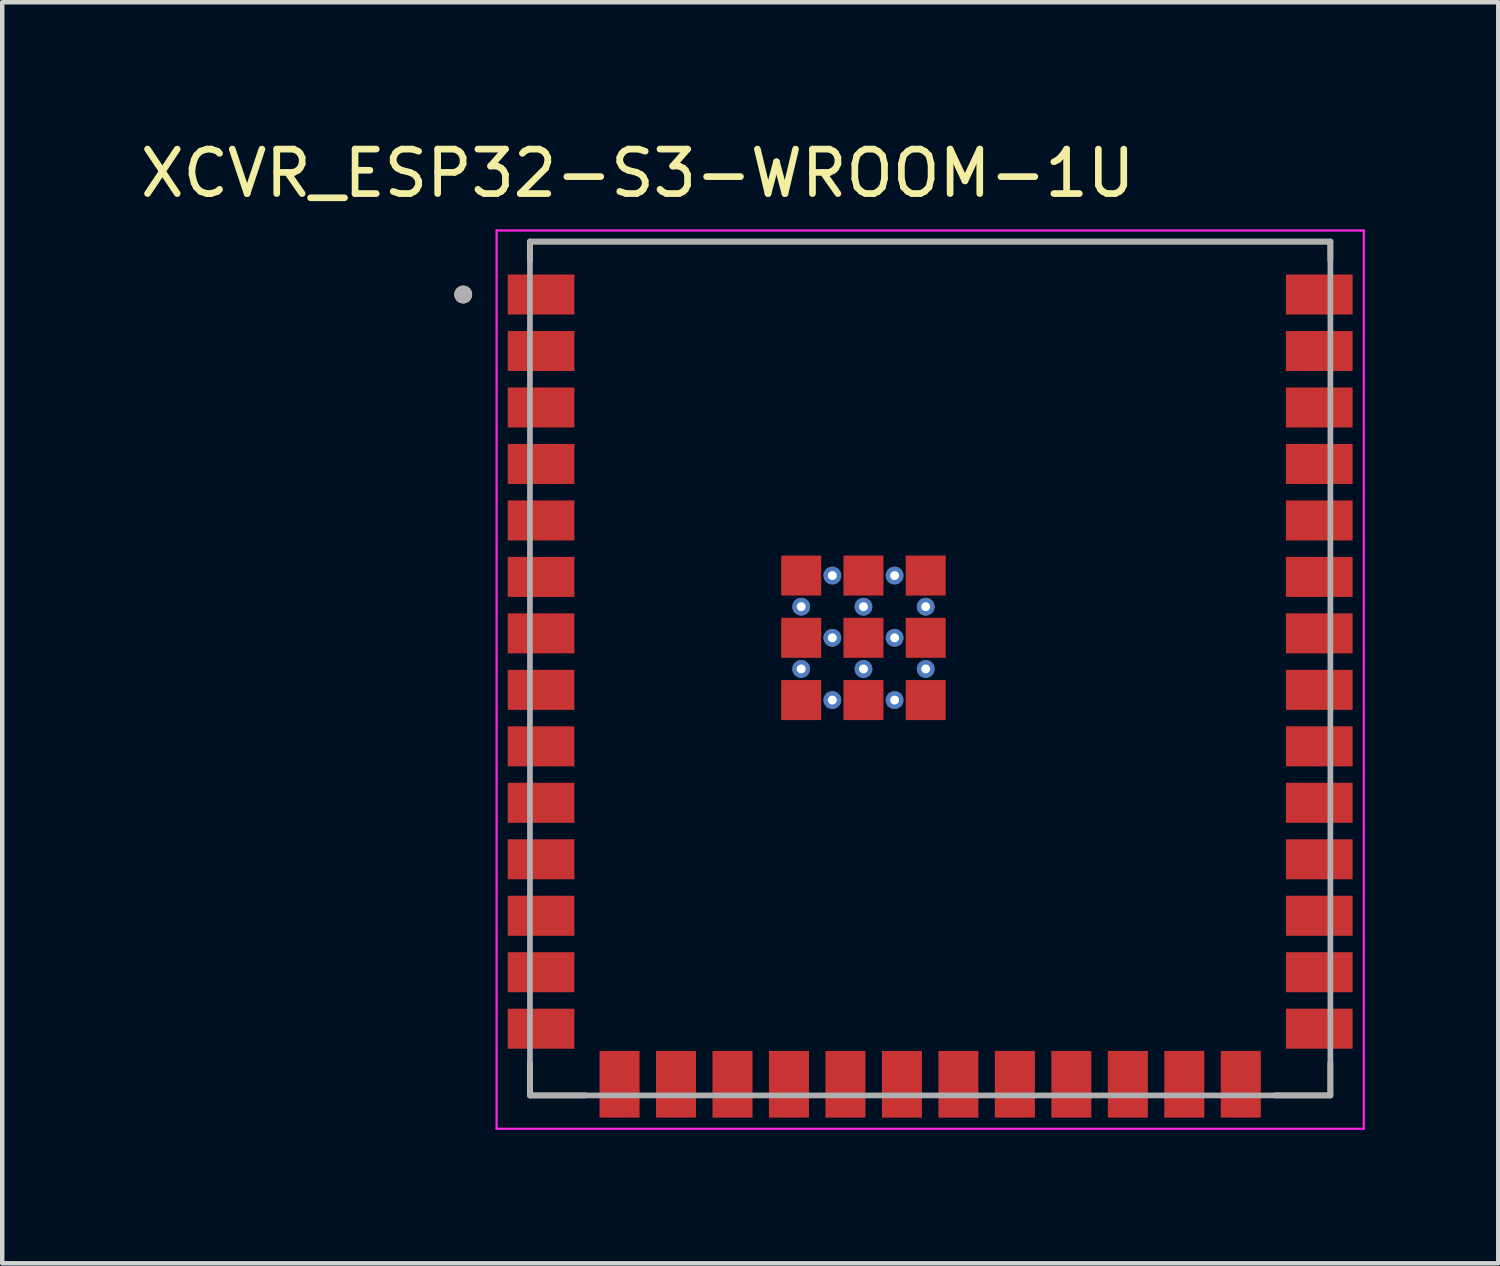
<source format=kicad_pcb>
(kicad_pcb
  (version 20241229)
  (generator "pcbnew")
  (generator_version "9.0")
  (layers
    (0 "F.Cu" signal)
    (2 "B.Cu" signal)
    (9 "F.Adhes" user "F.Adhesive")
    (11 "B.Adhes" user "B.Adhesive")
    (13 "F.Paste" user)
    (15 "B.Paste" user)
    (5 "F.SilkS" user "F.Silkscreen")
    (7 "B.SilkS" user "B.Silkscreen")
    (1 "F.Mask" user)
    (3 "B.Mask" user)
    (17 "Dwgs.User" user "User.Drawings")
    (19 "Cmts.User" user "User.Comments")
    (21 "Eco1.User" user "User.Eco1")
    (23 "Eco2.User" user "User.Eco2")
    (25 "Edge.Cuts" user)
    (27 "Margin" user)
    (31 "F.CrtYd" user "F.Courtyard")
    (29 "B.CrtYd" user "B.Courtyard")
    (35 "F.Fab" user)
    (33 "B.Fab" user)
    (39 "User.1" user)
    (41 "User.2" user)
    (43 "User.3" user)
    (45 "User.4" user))
  (footprint "XCVR_ESP32-S3-WROOM-1U"
    (layer "F.Cu")
    (at 17.867 11.983)
    (property "Reference" "XCVR_ESP32-S3-WROOM-1U" (at -6.575 -11.135 0) (layer "F.SilkS") (effects (font (size 1 1) (thickness 0.15))))
    (attr smd)
    (fp_line (start -9 -9.6) (end 9 -9.6) (stroke (width 0.127) (type solid)) (layer "F.SilkS"))
    (fp_line (start -9 -9.18) (end -9 -9.6) (stroke (width 0.127) (type solid)) (layer "F.SilkS"))
    (fp_line (start -9 9.6) (end -9 8.87) (stroke (width 0.127) (type solid)) (layer "F.SilkS"))
    (fp_line (start -7.755 9.6) (end -9 9.6) (stroke (width 0.127) (type solid)) (layer "F.SilkS"))
    (fp_line (start 9 -9.6) (end 9 -9.18) (stroke (width 0.127) (type solid)) (layer "F.SilkS"))
    (fp_line (start 9 9.6) (end 7.755 9.6) (stroke (width 0.127) (type solid)) (layer "F.SilkS"))
    (fp_line (start 9 9.6) (end 9 8.87) (stroke (width 0.127) (type solid)) (layer "F.SilkS"))
    (fp_circle (center -10.5 -8.41) (end -10.4 -8.41) (stroke (width 0.2) (type solid)) (fill no) (layer "F.SilkS"))
    (fp_line (start -9.75 -9.85) (end -9.75 10.35) (stroke (width 0.05) (type solid)) (layer "F.CrtYd"))
    (fp_line (start -9.75 10.35) (end 9.75 10.35) (stroke (width 0.05) (type solid)) (layer "F.CrtYd"))
    (fp_line (start 9.75 -9.85) (end -9.75 -9.85) (stroke (width 0.05) (type solid)) (layer "F.CrtYd"))
    (fp_line (start 9.75 10.35) (end 9.75 -9.85) (stroke (width 0.05) (type solid)) (layer "F.CrtYd"))
    (fp_line (start -9 -9.6) (end 9 -9.6) (stroke (width 0.127) (type solid)) (layer "F.Fab"))
    (fp_line (start -9 9.6) (end -9 -9.6) (stroke (width 0.127) (type solid)) (layer "F.Fab"))
    (fp_line (start 9 -9.6) (end 9 9.6) (stroke (width 0.127) (type solid)) (layer "F.Fab"))
    (fp_line (start 9 9.6) (end -9 9.6) (stroke (width 0.127) (type solid)) (layer "F.Fab"))
    (fp_circle (center -10.5 -8.41) (end -10.4 -8.41) (stroke (width 0.2) (type solid)) (fill no) (layer "F.Fab"))
    (pad "1" smd rect (at -8.75 -8.41) (size 1.5 0.9) (layers "F.Cu" "F.Mask" "F.Paste"))
    (pad "2" smd rect (at -8.75 -7.14) (size 1.5 0.9) (layers "F.Cu" "F.Mask" "F.Paste"))
    (pad "3" smd rect (at -8.75 -5.87) (size 1.5 0.9) (layers "F.Cu" "F.Mask" "F.Paste"))
    (pad "4" smd rect (at -8.75 -4.6) (size 1.5 0.9) (layers "F.Cu" "F.Mask" "F.Paste"))
    (pad "5" smd rect (at -8.75 -3.33) (size 1.5 0.9) (layers "F.Cu" "F.Mask" "F.Paste"))
    (pad "6" smd rect (at -8.75 -2.06) (size 1.5 0.9) (layers "F.Cu" "F.Mask" "F.Paste"))
    (pad "7" smd rect (at -8.75 -0.79) (size 1.5 0.9) (layers "F.Cu" "F.Mask" "F.Paste"))
    (pad "8" smd rect (at -8.75 0.48) (size 1.5 0.9) (layers "F.Cu" "F.Mask" "F.Paste"))
    (pad "9" smd rect (at -8.75 1.75) (size 1.5 0.9) (layers "F.Cu" "F.Mask" "F.Paste"))
    (pad "10" smd rect (at -8.75 3.02) (size 1.5 0.9) (layers "F.Cu" "F.Mask" "F.Paste"))
    (pad "11" smd rect (at -8.75 4.29) (size 1.5 0.9) (layers "F.Cu" "F.Mask" "F.Paste"))
    (pad "12" smd rect (at -8.75 5.56) (size 1.5 0.9) (layers "F.Cu" "F.Mask" "F.Paste"))
    (pad "13" smd rect (at -8.75 6.83) (size 1.5 0.9) (layers "F.Cu" "F.Mask" "F.Paste"))
    (pad "14" smd rect (at -8.75 8.1) (size 1.5 0.9) (layers "F.Cu" "F.Mask" "F.Paste"))
    (pad "15" smd rect (at -6.985 9.35) (size 0.9 1.5) (layers "F.Cu" "F.Mask" "F.Paste"))
    (pad "16" smd rect (at -5.715 9.35) (size 0.9 1.5) (layers "F.Cu" "F.Mask" "F.Paste"))
    (pad "17" smd rect (at -4.445 9.35) (size 0.9 1.5) (layers "F.Cu" "F.Mask" "F.Paste"))
    (pad "18" smd rect (at -3.175 9.35) (size 0.9 1.5) (layers "F.Cu" "F.Mask" "F.Paste"))
    (pad "19" smd rect (at -1.905 9.35) (size 0.9 1.5) (layers "F.Cu" "F.Mask" "F.Paste"))
    (pad "20" smd rect (at -0.635 9.35) (size 0.9 1.5) (layers "F.Cu" "F.Mask" "F.Paste"))
    (pad "21" smd rect (at 0.635 9.35) (size 0.9 1.5) (layers "F.Cu" "F.Mask" "F.Paste"))
    (pad "22" smd rect (at 1.905 9.35) (size 0.9 1.5) (layers "F.Cu" "F.Mask" "F.Paste"))
    (pad "23" smd rect (at 3.175 9.35) (size 0.9 1.5) (layers "F.Cu" "F.Mask" "F.Paste"))
    (pad "24" smd rect (at 4.445 9.35) (size 0.9 1.5) (layers "F.Cu" "F.Mask" "F.Paste"))
    (pad "25" smd rect (at 5.715 9.35) (size 0.9 1.5) (layers "F.Cu" "F.Mask" "F.Paste"))
    (pad "26" smd rect (at 6.985 9.35) (size 0.9 1.5) (layers "F.Cu" "F.Mask" "F.Paste"))
    (pad "27" smd rect (at 8.75 8.1) (size 1.5 0.9) (layers "F.Cu" "F.Mask" "F.Paste"))
    (pad "28" smd rect (at 8.75 6.83) (size 1.5 0.9) (layers "F.Cu" "F.Mask" "F.Paste"))
    (pad "29" smd rect (at 8.75 5.56) (size 1.5 0.9) (layers "F.Cu" "F.Mask" "F.Paste"))
    (pad "30" smd rect (at 8.75 4.29) (size 1.5 0.9) (layers "F.Cu" "F.Mask" "F.Paste"))
    (pad "31" smd rect (at 8.75 3.02) (size 1.5 0.9) (layers "F.Cu" "F.Mask" "F.Paste"))
    (pad "32" smd rect (at 8.75 1.75) (size 1.5 0.9) (layers "F.Cu" "F.Mask" "F.Paste"))
    (pad "33" smd rect (at 8.75 0.48) (size 1.5 0.9) (layers "F.Cu" "F.Mask" "F.Paste"))
    (pad "34" smd rect (at 8.75 -0.79) (size 1.5 0.9) (layers "F.Cu" "F.Mask" "F.Paste"))
    (pad "35" smd rect (at 8.75 -2.06) (size 1.5 0.9) (layers "F.Cu" "F.Mask" "F.Paste"))
    (pad "36" smd rect (at 8.75 -3.33) (size 1.5 0.9) (layers "F.Cu" "F.Mask" "F.Paste"))
    (pad "37" smd rect (at 8.75 -4.6) (size 1.5 0.9) (layers "F.Cu" "F.Mask" "F.Paste"))
    (pad "38" smd rect (at 8.75 -5.87) (size 1.5 0.9) (layers "F.Cu" "F.Mask" "F.Paste"))
    (pad "39" smd rect (at 8.75 -7.14) (size 1.5 0.9) (layers "F.Cu" "F.Mask" "F.Paste"))
    (pad "40" smd rect (at 8.75 -8.41) (size 1.5 0.9) (layers "F.Cu" "F.Mask" "F.Paste"))
    (pad "41_1" smd rect (at -2.9 -2.09) (size 0.9 0.9) (layers "F.Cu" "F.Mask" "F.Paste"))
    (pad "41_2" smd rect (at -1.5 -2.09) (size 0.9 0.9) (layers "F.Cu" "F.Mask" "F.Paste"))
    (pad "41_3" smd rect (at -0.1 -2.09) (size 0.9 0.9) (layers "F.Cu" "F.Mask" "F.Paste"))
    (pad "41_4" smd rect (at -2.9 -0.69) (size 0.9 0.9) (layers "F.Cu" "F.Mask" "F.Paste"))
    (pad "41_5" smd rect (at -1.5 -0.69) (size 0.9 0.9) (layers "F.Cu" "F.Mask" "F.Paste"))
    (pad "41_6" smd rect (at -0.1 -0.69) (size 0.9 0.9) (layers "F.Cu" "F.Mask" "F.Paste"))
    (pad "41_7" smd rect (at -2.9 0.71) (size 0.9 0.9) (layers "F.Cu" "F.Mask" "F.Paste"))
    (pad "41_8" smd rect (at -1.5 0.71) (size 0.9 0.9) (layers "F.Cu" "F.Mask" "F.Paste"))
    (pad "41_9" smd rect (at -0.1 0.71) (size 0.9 0.9) (layers "F.Cu" "F.Mask" "F.Paste"))
    (pad "41_10" thru_hole circle (at -2.2 -2.09) (size 0.4 0.4) (drill 0.2) (layers "*.Cu"))
    (pad "41_11" thru_hole circle (at -0.8 -2.09) (size 0.4 0.4) (drill 0.2) (layers "*.Cu"))
    (pad "41_12" thru_hole circle (at -2.9 -1.39) (size 0.4 0.4) (drill 0.2) (layers "*.Cu"))
    (pad "41_13" thru_hole circle (at -1.5 -1.39) (size 0.4 0.4) (drill 0.2) (layers "*.Cu"))
    (pad "41_14" thru_hole circle (at -0.1 -1.39) (size 0.4 0.4) (drill 0.2) (layers "*.Cu"))
    (pad "41_15" thru_hole circle (at -2.2 -0.69) (size 0.4 0.4) (drill 0.2) (layers "*.Cu"))
    (pad "41_16" thru_hole circle (at -0.8 -0.69) (size 0.4 0.4) (drill 0.2) (layers "*.Cu"))
    (pad "41_17" thru_hole circle (at -2.9 0.01) (size 0.4 0.4) (drill 0.2) (layers "*.Cu"))
    (pad "41_18" thru_hole circle (at -1.5 0.01) (size 0.4 0.4) (drill 0.2) (layers "*.Cu"))
    (pad "41_19" thru_hole circle (at -0.1 0.01) (size 0.4 0.4) (drill 0.2) (layers "*.Cu"))
    (pad "41_20" thru_hole circle (at -2.2 0.71) (size 0.4 0.4) (drill 0.2) (layers "*.Cu"))
    (pad "41_21" thru_hole circle (at -0.8 0.71) (size 0.4 0.4) (drill 0.2) (layers "*.Cu")))
  (gr_rect
    (start -3 -3)
    (end 30.642 25.358)
    (stroke (width 0.1) (type default))
    (fill no)
    (layer "Edge.Cuts")))
</source>
